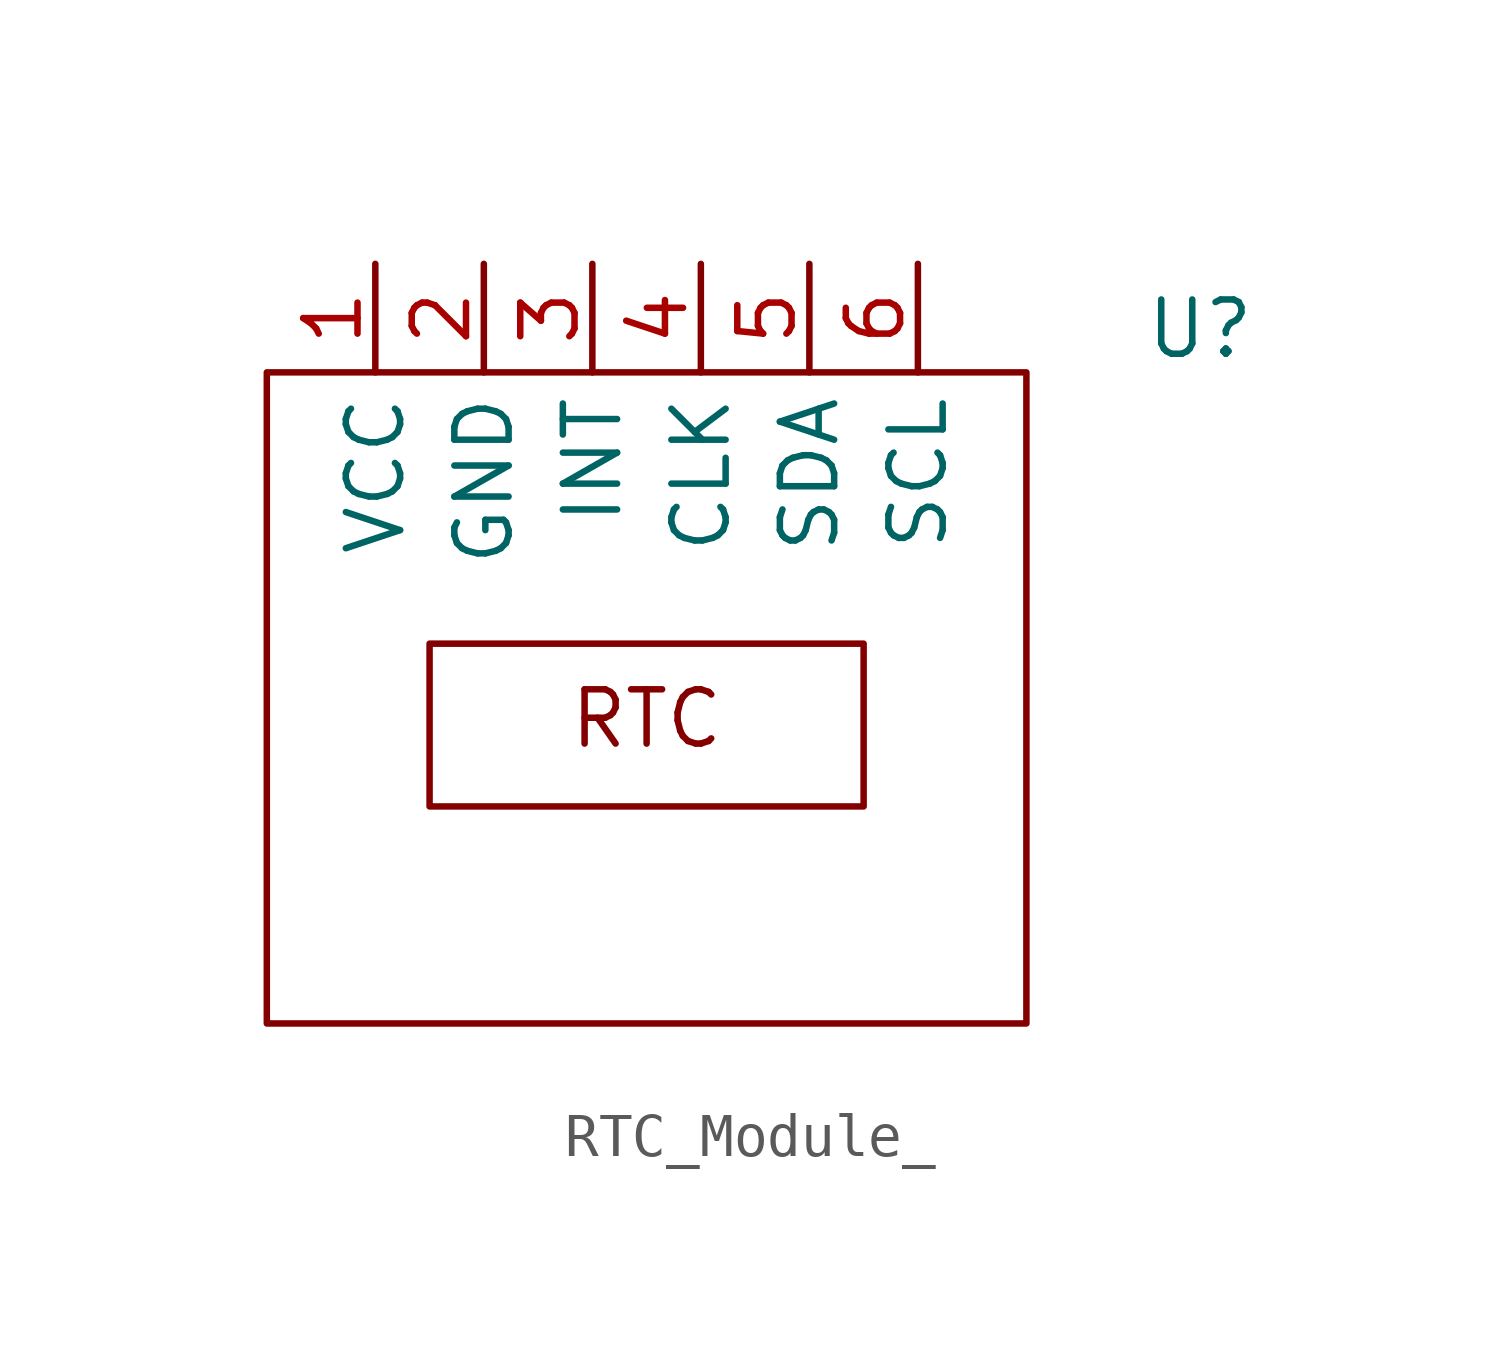
<source format=kicad_sym>
(kicad_symbol_lib
  (version 20241209)
  (generator "kicad_symbol_editor")
  (generator_version "9.0")
  (symbol "RTC_Module_"
    (property "Reference" "U"
      (at 12.954 8.636 0)
      (effects (font (size 1.27 1.27))))
    (property "Value" ""
      (at 0 0 0)
      (effects (font (size 1.27 1.27))))
    (symbol "RTC_Module__0_1"
      (rectangle (start -8.89 7.62) (end 8.89 -7.62) (stroke (width 0) (type default)) (fill (type none))))
    (symbol "RTC_Module__1_1"
      (text_box "RTC\n" (at -5.08 1.27 0) (size 10.16 -3.81) (margins 1.016 1.016 1.016 1.016) (stroke (width 0) (type solid)) (fill (type none)) (effects (font (size 1.27 1.27)) (justify top)))
      (pin power_in line (at -6.35 10.16 270) (length 2.54) (name "VCC" (effects (font (size 1.27 1.27)))) (number "1" (effects (font (size 1.27 1.27)))))
      (pin power_in line (at -3.81 10.16 270) (length 2.54) (name "GND" (effects (font (size 1.27 1.27)))) (number "2" (effects (font (size 1.27 1.27)))))
      (pin bidirectional line (at -1.27 10.16 270) (length 2.54) (name "INT" (effects (font (size 1.27 1.27)))) (number "3" (effects (font (size 1.27 1.27)))))
      (pin bidirectional line (at 1.27 10.16 270) (length 2.54) (name "CLK" (effects (font (size 1.27 1.27)))) (number "4" (effects (font (size 1.27 1.27)))))
      (pin bidirectional line (at 3.81 10.16 270) (length 2.54) (name "SDA" (effects (font (size 1.27 1.27)))) (number "5" (effects (font (size 1.27 1.27)))))
      (pin bidirectional line (at 6.35 10.16 270) (length 2.54) (name "SCL" (effects (font (size 1.27 1.27)))) (number "6" (effects (font (size 1.27 1.27))))))))
</source>
